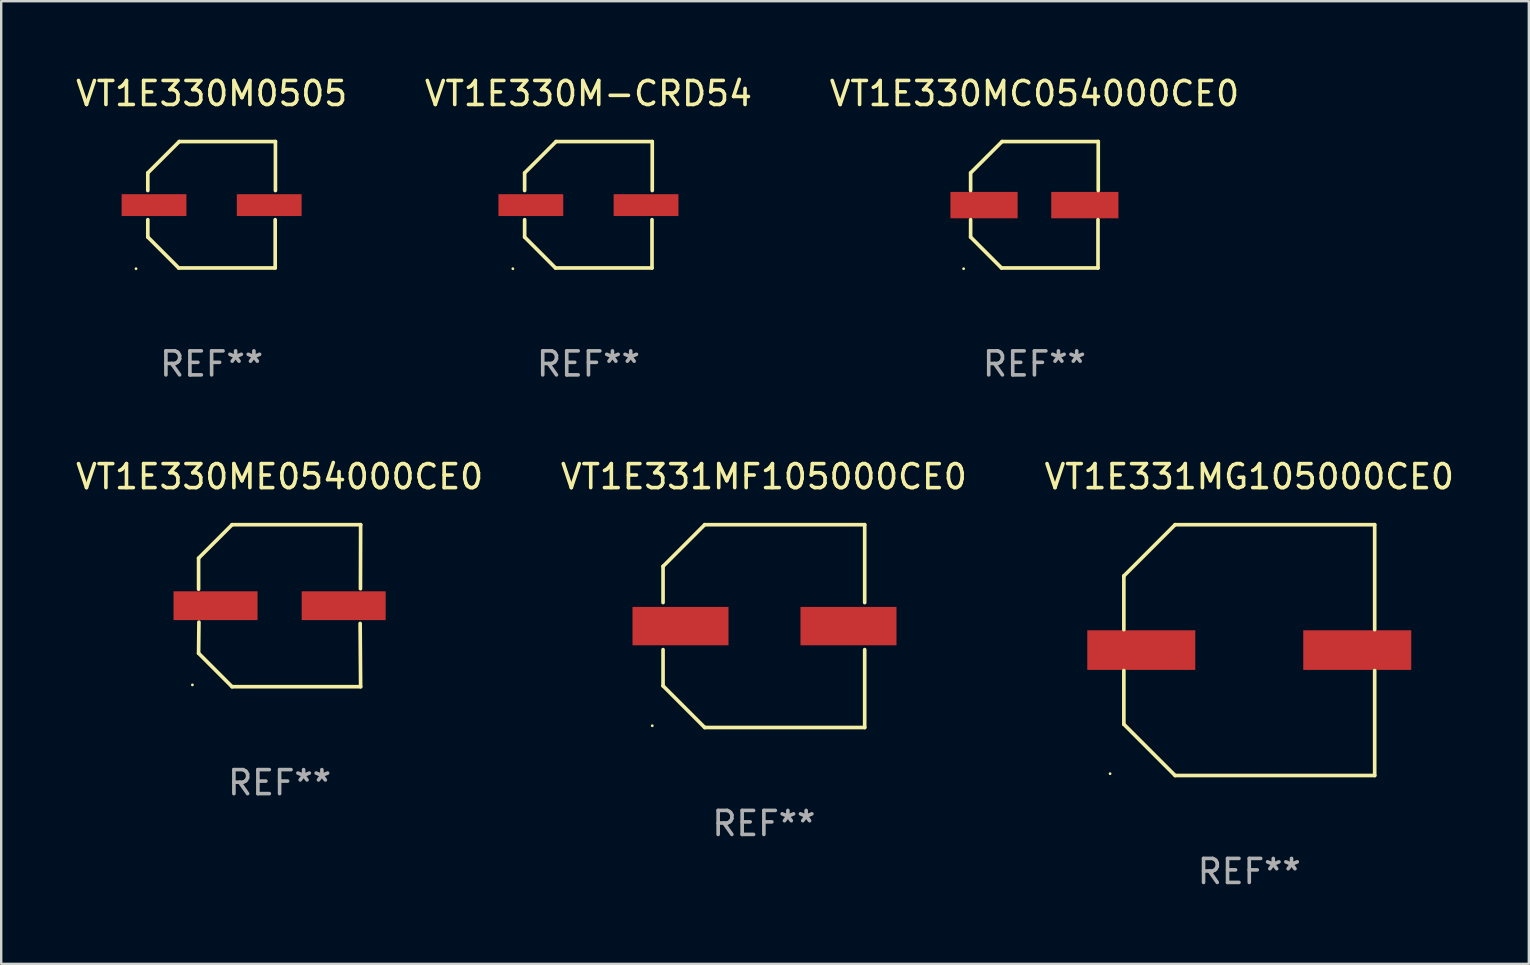
<source format=kicad_pcb>
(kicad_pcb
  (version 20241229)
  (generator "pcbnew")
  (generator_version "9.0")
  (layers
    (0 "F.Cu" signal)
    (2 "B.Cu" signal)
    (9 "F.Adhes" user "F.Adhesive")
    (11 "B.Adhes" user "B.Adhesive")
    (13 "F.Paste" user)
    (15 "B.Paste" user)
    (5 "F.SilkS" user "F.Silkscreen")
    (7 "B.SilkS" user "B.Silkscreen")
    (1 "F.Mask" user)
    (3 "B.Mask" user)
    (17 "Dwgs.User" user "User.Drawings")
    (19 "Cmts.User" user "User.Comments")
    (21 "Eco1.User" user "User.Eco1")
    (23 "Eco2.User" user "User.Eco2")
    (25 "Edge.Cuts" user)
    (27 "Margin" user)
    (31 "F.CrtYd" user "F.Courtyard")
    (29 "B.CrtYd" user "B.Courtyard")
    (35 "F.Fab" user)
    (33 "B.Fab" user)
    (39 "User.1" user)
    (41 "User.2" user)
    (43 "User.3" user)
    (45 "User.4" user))
  (footprint "VT1E330M0505"
    (layer "F.Cu")
    (at 5.768 5.482)
    (property "Reference" "VT1E330M0505" (at 0 -4.634 0) (layer "F.SilkS") (effects (font (size 1 1) (thickness 0.15))))
    (attr through_hole)
    (fp_line (start -2.659 -1.326) (end -2.659 -0.592) (stroke (width 0.152) (type solid)) (layer "F.SilkS"))
    (fp_line (start -2.659 1.346) (end -2.659 0.622) (stroke (width 0.152) (type solid)) (layer "F.SilkS"))
    (fp_line (start -1.372 2.634) (end -2.659 1.346) (stroke (width 0.152) (type solid)) (layer "F.SilkS"))
    (fp_line (start -1.349 -2.634) (end -2.659 -1.326) (stroke (width 0.152) (type solid)) (layer "F.SilkS"))
    (fp_line (start 2.649 0.622) (end 2.649 2.634) (stroke (width 0.152) (type solid)) (layer "F.SilkS"))
    (fp_line (start 2.649 2.634) (end -1.372 2.634) (stroke (width 0.152) (type solid)) (layer "F.SilkS"))
    (fp_line (start 2.659 -2.634) (end -1.349 -2.634) (stroke (width 0.152) (type solid)) (layer "F.SilkS"))
    (fp_line (start 2.659 -0.592) (end 2.659 -2.634) (stroke (width 0.152) (type solid)) (layer "F.SilkS"))
    (fp_circle (center -3.15 2.665) (end -3.12 2.665) (stroke (width 0.06) (type solid)) (fill no) (layer "F.SilkS"))
    (fp_text user "REF**" (at 0 6.634 0) (layer "F.Fab") (effects (font (size 1 1) (thickness 0.15))))
    (pad "1" smd rect (at -2.4 0.015) (size 2.7 0.91) (layers "F.Cu" "F.Mask" "F.Paste"))
    (pad "2" smd rect (at 2.4 0.015) (size 2.7 0.91) (layers "F.Cu" "F.Mask" "F.Paste")))
  (footprint "VT1E331MF105000CE0"
    (layer "F.Cu")
    (at 28.78 23.039)
    (property "Reference" "VT1E331MF105000CE0" (at 0 -6.226 0) (layer "F.SilkS") (effects (font (size 1 1) (thickness 0.15))))
    (attr through_hole)
    (fp_line (start -4.201 -0.98) (end -4.201 -2.49) (stroke (width 0.152) (type solid)) (layer "F.SilkS"))
    (fp_line (start -4.201 2.49) (end -4.201 0.98) (stroke (width 0.152) (type solid)) (layer "F.SilkS"))
    (fp_line (start -2.465 -4.226) (end -4.201 -2.49) (stroke (width 0.152) (type solid)) (layer "F.SilkS"))
    (fp_line (start -2.465 4.226) (end -4.201 2.49) (stroke (width 0.152) (type solid)) (layer "F.SilkS"))
    (fp_line (start 4.201 -4.226) (end -2.465 -4.226) (stroke (width 0.152) (type solid)) (layer "F.SilkS"))
    (fp_line (start 4.201 -4.226) (end 4.201 -0.98) (stroke (width 0.152) (type solid)) (layer "F.SilkS"))
    (fp_line (start 4.201 0.98) (end 4.201 4.226) (stroke (width 0.152) (type solid)) (layer "F.SilkS"))
    (fp_line (start 4.201 4.226) (end -2.465 4.226) (stroke (width 0.152) (type solid)) (layer "F.SilkS"))
    (fp_circle (center -4.651 4.152) (end -4.621 4.152) (stroke (width 0.06) (type solid)) (fill no) (layer "F.SilkS"))
    (fp_text user "REF**" (at 0 8.226 0) (layer "F.Fab") (effects (font (size 1 1) (thickness 0.15))))
    (pad "1" smd rect (at -3.474 0) (size 4 1.6) (layers "F.Cu" "F.Mask" "F.Paste"))
    (pad "2" smd rect (at 3.526 0) (size 4 1.6) (layers "F.Cu" "F.Mask" "F.Paste")))
  (footprint "VT1E330MC054000CE0"
    (layer "F.Cu")
    (at 40.054 5.482)
    (property "Reference" "VT1E330MC054000CE0" (at 0 -4.634 0) (layer "F.SilkS") (effects (font (size 1 1) (thickness 0.15))))
    (attr through_hole)
    (fp_line (start -2.659 -1.326) (end -2.659 -0.592) (stroke (width 0.152) (type solid)) (layer "F.SilkS"))
    (fp_line (start -2.659 1.346) (end -2.659 0.622) (stroke (width 0.152) (type solid)) (layer "F.SilkS"))
    (fp_line (start -1.372 2.634) (end -2.659 1.346) (stroke (width 0.152) (type solid)) (layer "F.SilkS"))
    (fp_line (start -1.349 -2.634) (end -2.659 -1.326) (stroke (width 0.152) (type solid)) (layer "F.SilkS"))
    (fp_line (start 2.649 0.622) (end 2.649 2.634) (stroke (width 0.152) (type solid)) (layer "F.SilkS"))
    (fp_line (start 2.649 2.634) (end -1.372 2.634) (stroke (width 0.152) (type solid)) (layer "F.SilkS"))
    (fp_line (start 2.659 -2.634) (end -1.349 -2.634) (stroke (width 0.152) (type solid)) (layer "F.SilkS"))
    (fp_line (start 2.659 -0.592) (end 2.659 -2.634) (stroke (width 0.152) (type solid)) (layer "F.SilkS"))
    (fp_circle (center -2.95 2.665) (end -2.92 2.665) (stroke (width 0.06) (type solid)) (fill no) (layer "F.SilkS"))
    (fp_text user "REF**" (at 0 6.634 0) (layer "F.Fab") (effects (font (size 1 1) (thickness 0.15))))
    (pad "1" smd rect (at -2.1 0.015) (size 2.8 1.1) (layers "F.Cu" "F.Mask" "F.Paste"))
    (pad "2" smd rect (at 2.1 0.015) (size 2.8 1.1) (layers "F.Cu" "F.Mask" "F.Paste")))
  (footprint "VT1E330ME054000CE0"
    (layer "F.Cu")
    (at 8.601 22.189)
    (property "Reference" "VT1E330ME054000CE0" (at 0 -5.376 0) (layer "F.SilkS") (effects (font (size 1 1) (thickness 0.15))))
    (attr through_hole)
    (fp_line (start -3.376 -1.98) (end -3.376 -0.686) (stroke (width 0.152) (type solid)) (layer "F.SilkS"))
    (fp_line (start -3.376 1.981) (end -3.362 0.686) (stroke (width 0.152) (type solid)) (layer "F.SilkS"))
    (fp_line (start -1.981 3.376) (end -3.376 1.981) (stroke (width 0.152) (type solid)) (layer "F.SilkS"))
    (fp_line (start -1.98 -3.376) (end -3.376 -1.98) (stroke (width 0.152) (type solid)) (layer "F.SilkS"))
    (fp_line (start 3.356 0.74) (end 3.376 3.376) (stroke (width 0.152) (type solid)) (layer "F.SilkS"))
    (fp_line (start 3.369 -0.707) (end 3.376 -3.376) (stroke (width 0.152) (type solid)) (layer "F.SilkS"))
    (fp_line (start 3.376 3.376) (end -1.981 3.376) (stroke (width 0.152) (type solid)) (layer "F.SilkS"))
    (fp_line (start 3.376 -3.376) (end -1.98 -3.376) (stroke (width 0.152) (type solid)) (layer "F.SilkS"))
    (fp_circle (center -3.634 3.3) (end -3.604 3.3) (stroke (width 0.06) (type solid)) (fill no) (layer "F.SilkS"))
    (fp_text user "REF**" (at 0 7.376 0) (layer "F.Fab") (effects (font (size 1 1) (thickness 0.15))))
    (pad "1" smd rect (at -2.67 0.000254) (size 3.5 1.2) (layers "F.Cu" "F.Mask" "F.Paste"))
    (pad "2" smd rect (at 2.67 0.000254) (size 3.5 1.2) (layers "F.Cu" "F.Mask" "F.Paste")))
  (footprint "VT1E330M-CRD54"
    (layer "F.Cu")
    (at 21.47 5.482)
    (property "Reference" "VT1E330M-CRD54" (at 0 -4.634 0) (layer "F.SilkS") (effects (font (size 1 1) (thickness 0.15))))
    (attr through_hole)
    (fp_line (start -2.659 -1.326) (end -2.659 -0.592) (stroke (width 0.152) (type solid)) (layer "F.SilkS"))
    (fp_line (start -2.659 1.346) (end -2.659 0.622) (stroke (width 0.152) (type solid)) (layer "F.SilkS"))
    (fp_line (start -1.372 2.634) (end -2.659 1.346) (stroke (width 0.152) (type solid)) (layer "F.SilkS"))
    (fp_line (start -1.349 -2.634) (end -2.659 -1.326) (stroke (width 0.152) (type solid)) (layer "F.SilkS"))
    (fp_line (start 2.649 0.622) (end 2.649 2.634) (stroke (width 0.152) (type solid)) (layer "F.SilkS"))
    (fp_line (start 2.649 2.634) (end -1.372 2.634) (stroke (width 0.152) (type solid)) (layer "F.SilkS"))
    (fp_line (start 2.659 -2.634) (end -1.349 -2.634) (stroke (width 0.152) (type solid)) (layer "F.SilkS"))
    (fp_line (start 2.659 -0.592) (end 2.659 -2.634) (stroke (width 0.152) (type solid)) (layer "F.SilkS"))
    (fp_circle (center -3.15 2.665) (end -3.12 2.665) (stroke (width 0.06) (type solid)) (fill no) (layer "F.SilkS"))
    (fp_text user "REF**" (at 0 6.634 0) (layer "F.Fab") (effects (font (size 1 1) (thickness 0.15))))
    (pad "1" smd rect (at -2.4 0.015) (size 2.7 0.91) (layers "F.Cu" "F.Mask" "F.Paste"))
    (pad "2" smd rect (at 2.4 0.015) (size 2.7 0.91) (layers "F.Cu" "F.Mask" "F.Paste")))
  (footprint "VT1E331MG105000CE0"
    (layer "F.Cu")
    (at 49.006 24.039)
    (property "Reference" "VT1E331MG105000CE0" (at 0 -7.226 0) (layer "F.SilkS") (effects (font (size 1 1) (thickness 0.15))))
    (attr through_hole)
    (fp_line (start -5.226 -3.09) (end -5.226 -0.852) (stroke (width 0.152) (type solid)) (layer "F.SilkS"))
    (fp_line (start -5.226 3.09) (end -5.226 0.852) (stroke (width 0.152) (type solid)) (layer "F.SilkS"))
    (fp_line (start -3.09 -5.226) (end -5.226 -3.09) (stroke (width 0.152) (type solid)) (layer "F.SilkS"))
    (fp_line (start -3.09 5.226) (end -5.226 3.09) (stroke (width 0.152) (type solid)) (layer "F.SilkS"))
    (fp_line (start 5.226 -5.226) (end -3.09 -5.226) (stroke (width 0.152) (type solid)) (layer "F.SilkS"))
    (fp_line (start 5.226 -0.852) (end 5.226 -5.226) (stroke (width 0.152) (type solid)) (layer "F.SilkS"))
    (fp_line (start 5.226 0.852) (end 5.226 5.226) (stroke (width 0.152) (type solid)) (layer "F.SilkS"))
    (fp_line (start 5.226 5.226) (end -3.09 5.226) (stroke (width 0.152) (type solid)) (layer "F.SilkS"))
    (fp_circle (center -5.8 5.15) (end -5.77 5.15) (stroke (width 0.06) (type solid)) (fill no) (layer "F.SilkS"))
    (fp_text user "REF**" (at 0 9.226 0) (layer "F.Fab") (effects (font (size 1 1) (thickness 0.15))))
    (pad "1" smd rect (at -4.5 0) (size 4.5 1.65) (layers "F.Cu" "F.Mask" "F.Paste"))
    (pad "2" smd rect (at 4.5 0) (size 4.5 1.65) (layers "F.Cu" "F.Mask" "F.Paste")))
  (gr_rect
    (start -3 -3)
    (end 60.655 37.113)
    (stroke (width 0.1) (type default))
    (fill no)
    (layer "Edge.Cuts")))
</source>
